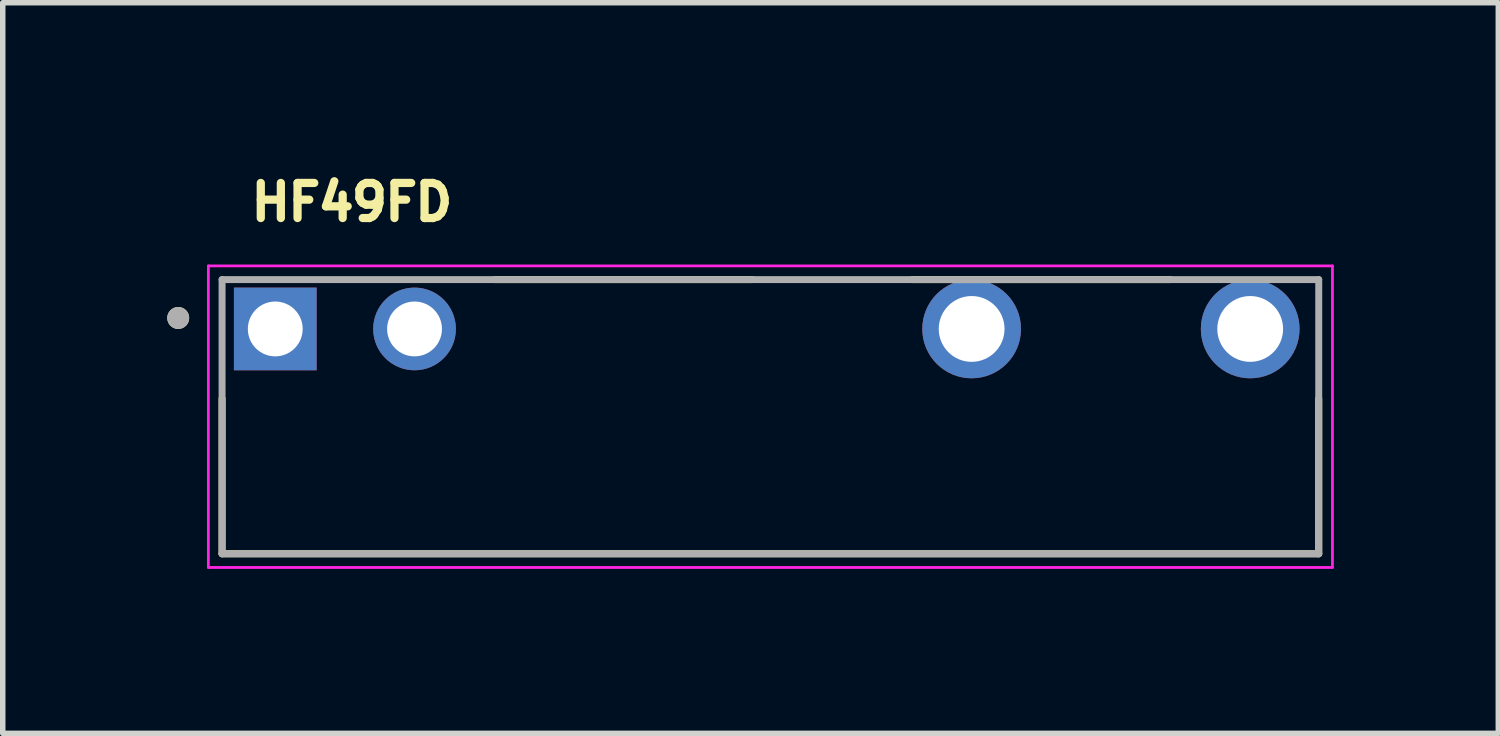
<source format=kicad_pcb>
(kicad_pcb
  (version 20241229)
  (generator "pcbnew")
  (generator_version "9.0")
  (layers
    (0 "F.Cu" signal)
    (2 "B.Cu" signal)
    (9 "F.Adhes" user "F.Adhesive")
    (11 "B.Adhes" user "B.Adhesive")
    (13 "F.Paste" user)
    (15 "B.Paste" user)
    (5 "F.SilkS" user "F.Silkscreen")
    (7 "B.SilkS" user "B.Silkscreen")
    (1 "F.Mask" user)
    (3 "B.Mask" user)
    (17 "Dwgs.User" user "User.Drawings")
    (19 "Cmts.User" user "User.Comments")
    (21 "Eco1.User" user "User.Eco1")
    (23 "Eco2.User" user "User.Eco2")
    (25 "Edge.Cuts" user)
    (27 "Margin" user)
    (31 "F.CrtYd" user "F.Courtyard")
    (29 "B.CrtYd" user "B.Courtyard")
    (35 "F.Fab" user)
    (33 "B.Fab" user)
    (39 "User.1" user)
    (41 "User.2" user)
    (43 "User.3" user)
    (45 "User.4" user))
  (footprint "HF49FD"
    (layer "F.Cu")
    (at 11 4.549)
    (property "Reference" "HF49FD" (at -7.633 -3.911 0) (layer "F.SilkS") (effects (font (size 0.64 0.64) (thickness 0.15))))
    (attr through_hole)
    (fp_line (start -10 -0.33) (end -10 2.5) (stroke (width 0.127) (type solid)) (layer "F.SilkS"))
    (fp_line (start -10 2.5) (end 10 2.5) (stroke (width 0.127) (type solid)) (layer "F.SilkS"))
    (fp_line (start -0.33 -2.5) (end -5.03 -2.5) (stroke (width 0.127) (type solid)) (layer "F.SilkS"))
    (fp_line (start 7.29 -2.5) (end 2.59 -2.5) (stroke (width 0.127) (type solid)) (layer "F.SilkS"))
    (fp_line (start 10 -0.33) (end 10 2.5) (stroke (width 0.127) (type solid)) (layer "F.SilkS"))
    (fp_circle (center -10.8 -1.8) (end -10.7 -1.8) (stroke (width 0.2) (type solid)) (fill no) (layer "F.SilkS"))
    (fp_line (start -10.25 -2.75) (end -10.25 2.75) (stroke (width 0.05) (type solid)) (layer "F.CrtYd"))
    (fp_line (start -10.25 2.75) (end 10.25 2.75) (stroke (width 0.05) (type solid)) (layer "F.CrtYd"))
    (fp_line (start 10.25 -2.75) (end -10.25 -2.75) (stroke (width 0.05) (type solid)) (layer "F.CrtYd"))
    (fp_line (start 10.25 2.75) (end 10.25 -2.75) (stroke (width 0.05) (type solid)) (layer "F.CrtYd"))
    (fp_line (start -10 -2.5) (end -10 2.5) (stroke (width 0.127) (type solid)) (layer "F.Fab"))
    (fp_line (start -10 2.5) (end 10 2.5) (stroke (width 0.127) (type solid)) (layer "F.Fab"))
    (fp_line (start 10 -2.5) (end -10 -2.5) (stroke (width 0.127) (type solid)) (layer "F.Fab"))
    (fp_line (start 10 2.5) (end 10 -2.5) (stroke (width 0.127) (type solid)) (layer "F.Fab"))
    (fp_circle (center -10.8 -1.8) (end -10.7 -1.8) (stroke (width 0.2) (type solid)) (fill no) (layer "F.Fab"))
    (pad "1" thru_hole rect (at -9.03 -1.6) (size 1.508 1.508) (drill 1) (layers "*.Cu" "*.Mask"))
    (pad "2" thru_hole circle (at -6.49 -1.6) (size 1.508 1.508) (drill 1) (layers "*.Cu" "*.Mask"))
    (pad "3" thru_hole circle (at 3.67 -1.6) (size 1.8 1.8) (drill 1.2) (layers "*.Cu" "*.Mask"))
    (pad "4" thru_hole circle (at 8.75 -1.6) (size 1.8 1.8) (drill 1.2) (layers "*.Cu" "*.Mask")))
  (gr_rect
    (start -3 -3)
    (end 24.275 10.324)
    (stroke (width 0.1) (type default))
    (fill no)
    (layer "Edge.Cuts")))
</source>
